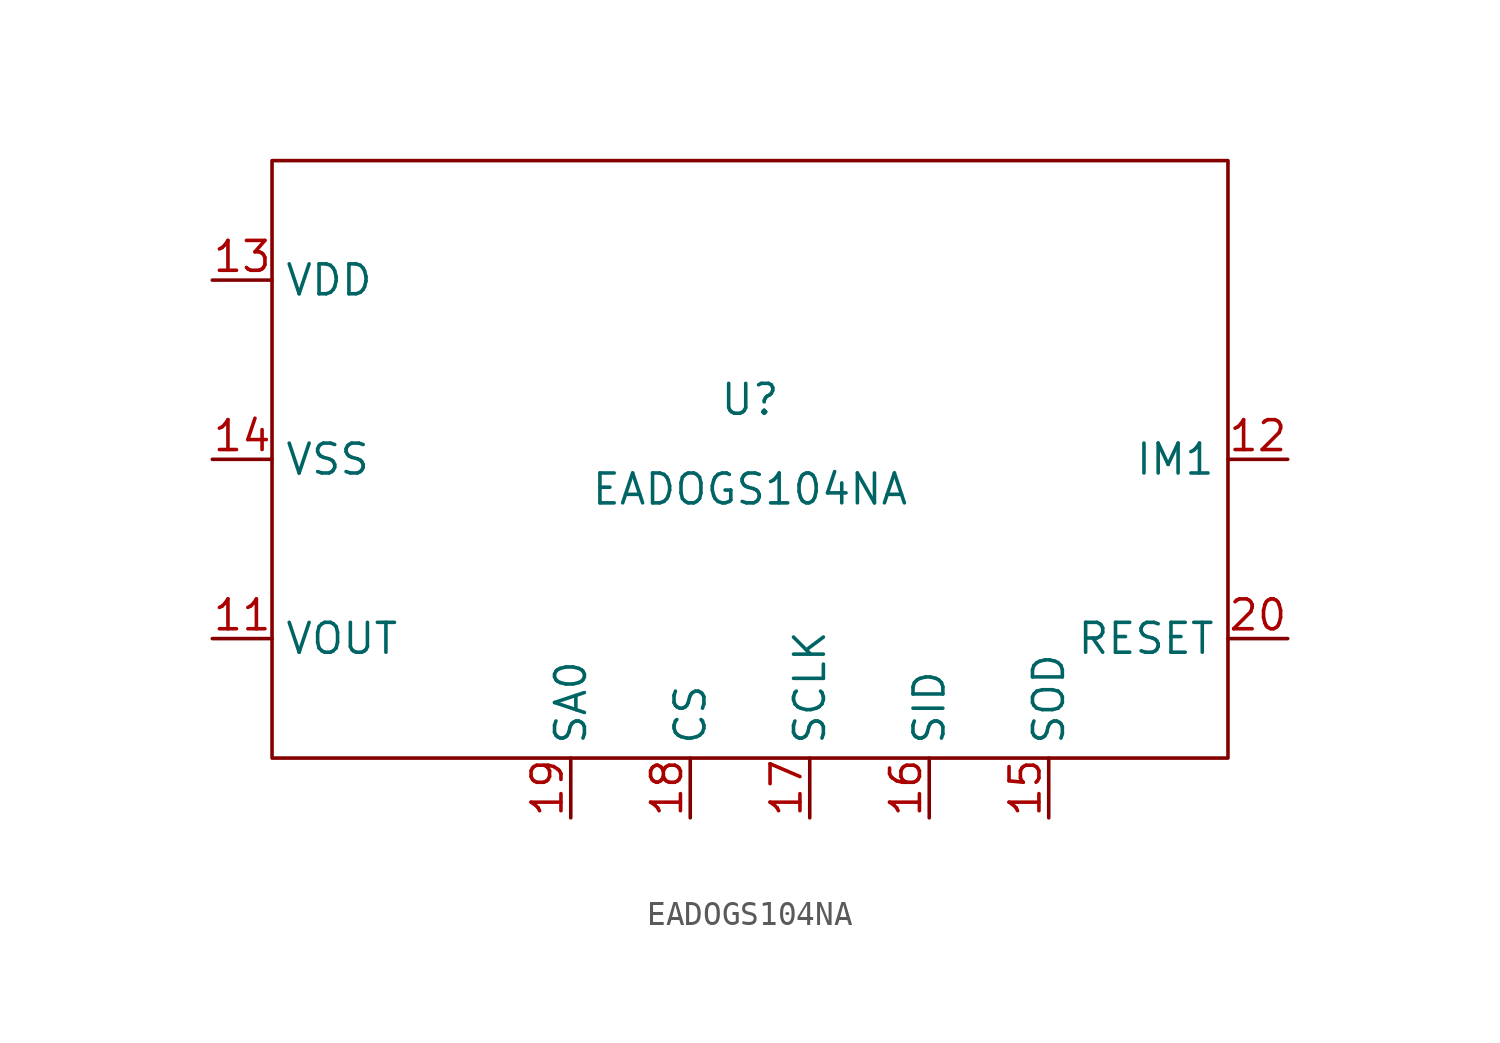
<source format=kicad_sym>
(kicad_symbol_lib
  (version 20211014)
  (generator kicad_symbol_editor)
  (symbol "EADOGS104NA"
    (property "Reference" "U"
      (at 0 0 0)
      (effects (font (size 1.27 1.27))))
    (property "Value" "EADOGS104NA"
      (at 0 -3.81 0)
      (effects (font (size 1.27 1.27))))
    (symbol "EADOGS104NA_0_1"
      (rectangle (start -20.32 10.16) (end 20.32 -15.24) (stroke (width 0) (type default) (color 0 0 0 0)) (fill (type none))))
    (symbol "EADOGS104NA_1_1"
      (pin power_out line (at -22.86 -10.16 0) (length 2.54) (name "VOUT" (effects (font (size 1.27 1.27)))) (number "11" (effects (font (size 1.27 1.27)))))
      (pin power_in line (at 22.86 -2.54 180) (length 2.54) (name "IM1" (effects (font (size 1.27 1.27)))) (number "12" (effects (font (size 1.27 1.27)))))
      (pin power_in line (at -22.86 5.08 0) (length 2.54) (name "VDD" (effects (font (size 1.27 1.27)))) (number "13" (effects (font (size 1.27 1.27)))))
      (pin power_in line (at -22.86 -2.54 0) (length 2.54) (name "VSS" (effects (font (size 1.27 1.27)))) (number "14" (effects (font (size 1.27 1.27)))))
      (pin bidirectional line (at 12.7 -17.78 90) (length 2.54) (name "SOD" (effects (font (size 1.27 1.27)))) (number "15" (effects (font (size 1.27 1.27)))))
      (pin bidirectional line (at 7.62 -17.78 90) (length 2.54) (name "SID" (effects (font (size 1.27 1.27)))) (number "16" (effects (font (size 1.27 1.27)))))
      (pin input line (at 2.54 -17.78 90) (length 2.54) (name "SCLK" (effects (font (size 1.27 1.27)))) (number "17" (effects (font (size 1.27 1.27)))))
      (pin power_in line (at -2.54 -17.78 90) (length 2.54) (name "CS" (effects (font (size 1.27 1.27)))) (number "18" (effects (font (size 1.27 1.27)))))
      (pin power_in line (at -7.62 -17.78 90) (length 2.54) (name "SA0" (effects (font (size 1.27 1.27)))) (number "19" (effects (font (size 1.27 1.27)))))
      (pin input line (at 22.86 -10.16 180) (length 2.54) (name "RESET" (effects (font (size 1.27 1.27)))) (number "20" (effects (font (size 1.27 1.27))))))))
</source>
